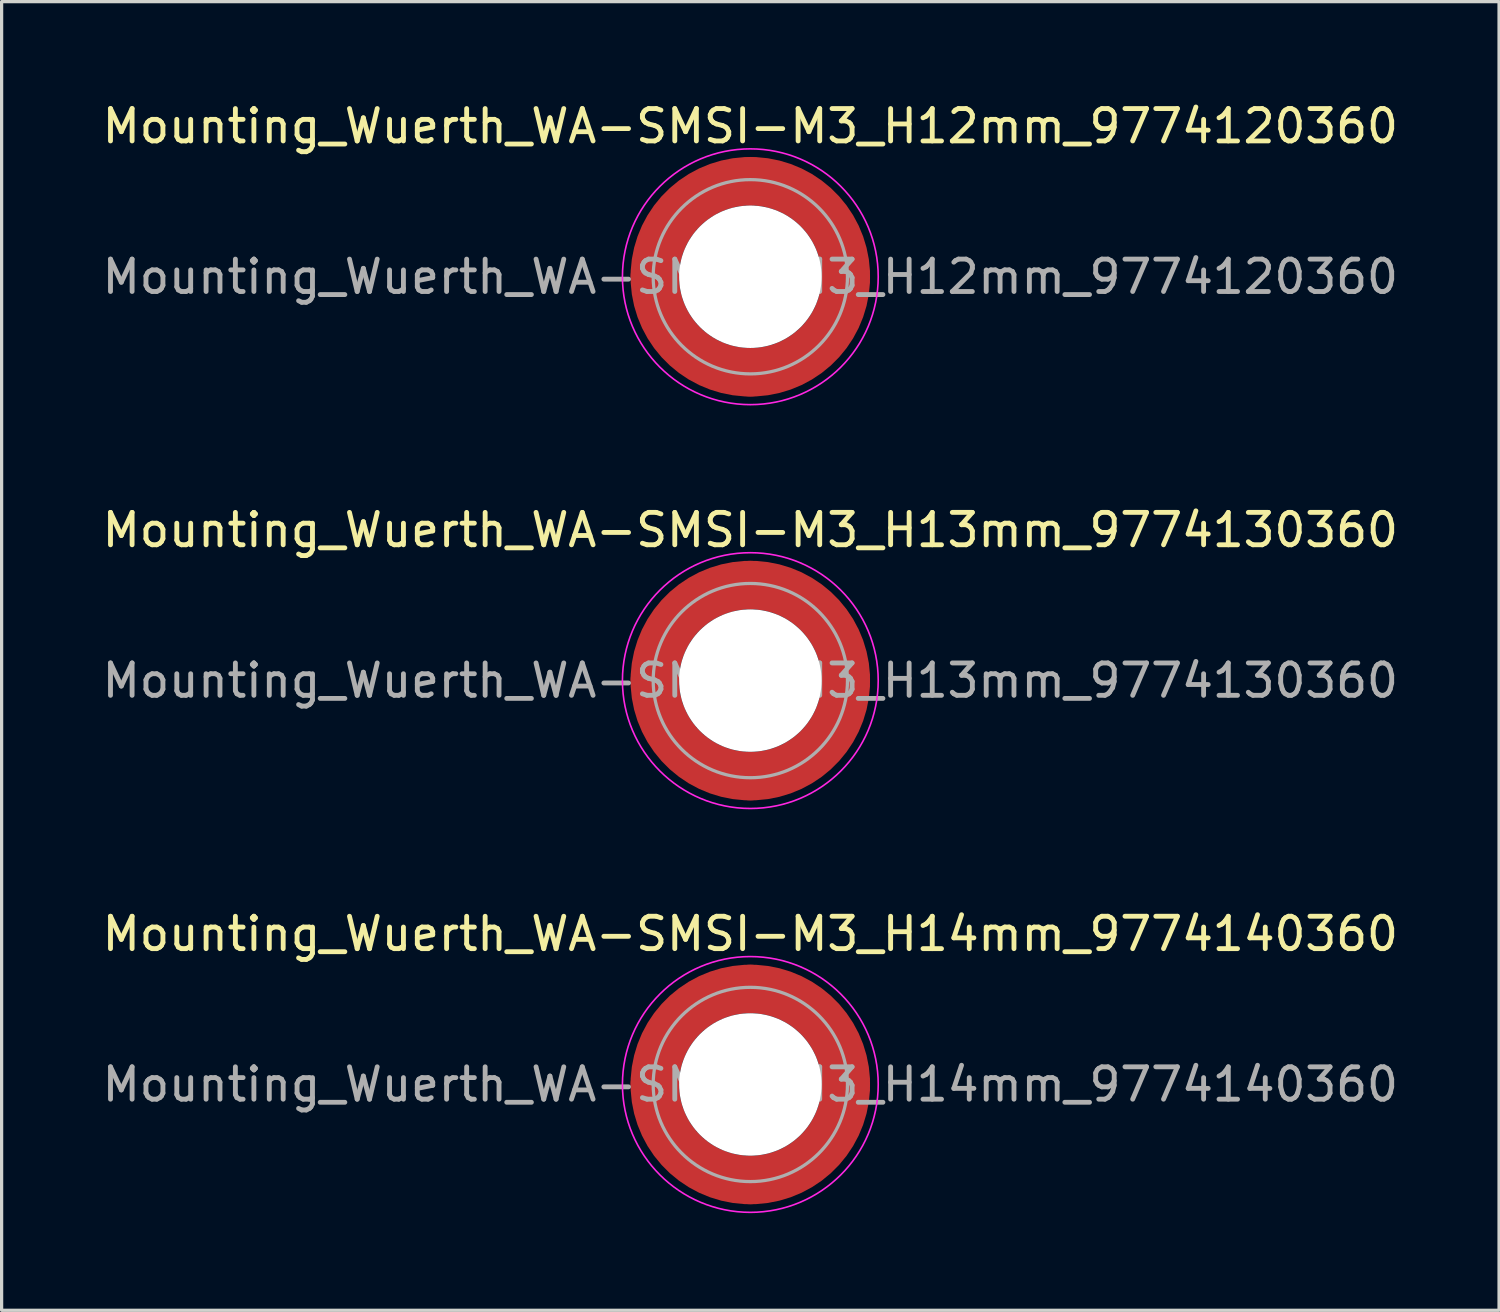
<source format=kicad_pcb>
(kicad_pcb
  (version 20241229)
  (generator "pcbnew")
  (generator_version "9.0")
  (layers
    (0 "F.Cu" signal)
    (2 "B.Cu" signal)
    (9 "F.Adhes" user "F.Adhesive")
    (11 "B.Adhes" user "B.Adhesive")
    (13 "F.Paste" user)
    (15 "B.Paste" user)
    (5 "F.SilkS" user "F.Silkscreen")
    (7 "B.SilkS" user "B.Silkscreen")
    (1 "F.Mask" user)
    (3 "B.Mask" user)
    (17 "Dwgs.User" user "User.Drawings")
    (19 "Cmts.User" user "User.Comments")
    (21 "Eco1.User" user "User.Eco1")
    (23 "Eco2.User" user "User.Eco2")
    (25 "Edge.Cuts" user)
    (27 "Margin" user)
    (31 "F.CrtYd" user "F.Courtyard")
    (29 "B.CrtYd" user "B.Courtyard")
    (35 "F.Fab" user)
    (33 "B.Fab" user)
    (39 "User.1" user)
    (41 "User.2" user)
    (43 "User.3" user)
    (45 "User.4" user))
  (footprint "Mounting_Wuerth_WA-SMSI-M3_H13mm_9774130360"
    (layer "F.Cu")
    (at 20.125 17.971)
    (property "Reference" "Mounting_Wuerth_WA-SMSI-M3_H13mm_9774130360" (at 0 -4.65 0) (layer "F.SilkS") (effects (font (size 1 1) (thickness 0.15))))
    (attr smd)
    (fp_circle (center 0 0) (end 3.95 0) (stroke (width 0.05) (type solid)) (fill no) (layer "F.CrtYd"))
    (fp_circle (center 0 0) (end 3 0) (stroke (width 0.1) (type solid)) (fill no) (layer "F.Fab"))
    (fp_text user "${REFERENCE}" (at 0 0 0) (layer "F.Fab") (effects (font (size 1 1) (thickness 0.15))))
    (pad "" smd custom (at -2.058 -2.058) (size 1.1 1.1) (layers "F.Paste") (options (anchor circle)) (primitives (gr_arc (start -0.377294 1.707681) (mid 0.318198 0.318198) (end 1.707681 -0.377294) (width 0.2)) (gr_arc (start -0.478281 1.707681) (mid 0.247487 0.247487) (end 1.707681 -0.478281) (width 0.2)) (gr_arc (start -0.579192 1.707681) (mid 0.176777 0.176777) (end 1.707681 -0.579192) (width 0.2)) (gr_arc (start -0.680037 1.707681) (mid 0.106066 0.106066) (end 1.707681 -0.680037) (width 0.2)) (gr_arc (start -0.780822 1.707681) (mid 0.035356 0.035356) (end 1.707681 -0.780822) (width 0.2)) (gr_arc (start -0.881554 1.707681) (mid -0.035355 -0.035355) (end 1.707681 -0.881554) (width 0.2)) (gr_arc (start -0.982237 1.707681) (mid -0.106066 -0.106066) (end 1.707681 -0.982237) (width 0.2)) (gr_arc (start -1.082877 1.707681) (mid -0.176777 -0.176777) (end 1.707681 -1.082877) (width 0.2)) (gr_arc (start -1.183476 1.707681) (mid -0.247487 -0.247487) (end 1.707681 -1.183476) (width 0.2)) (gr_arc (start -1.28404 1.707681) (mid -0.318198 -0.318198) (end 1.707681 -1.28404) (width 0.2)) (gr_line (start 1.708 -0.377) (end 1.708 -1.284) (width 0.2)) (gr_line (start -0.377 1.708) (end -1.284 1.708) (width 0.2))))
    (pad "" smd custom (at -2.058 2.058) (size 1.1 1.1) (layers "F.Paste") (options (anchor circle)) (primitives (gr_arc (start 1.707681 0.377294) (mid 0.318198 -0.318198) (end -0.377294 -1.707681) (width 0.2)) (gr_arc (start 1.707681 0.478281) (mid 0.247487 -0.247487) (end -0.478281 -1.707681) (width 0.2)) (gr_arc (start 1.707681 0.579192) (mid 0.176777 -0.176777) (end -0.579192 -1.707681) (width 0.2)) (gr_arc (start 1.707681 0.680037) (mid 0.106066 -0.106066) (end -0.680037 -1.707681) (width 0.2)) (gr_arc (start 1.707681 0.780822) (mid 0.035356 -0.035356) (end -0.780822 -1.707681) (width 0.2)) (gr_arc (start 1.707681 0.881554) (mid -0.035355 0.035355) (end -0.881554 -1.707681) (width 0.2)) (gr_arc (start 1.707681 0.982237) (mid -0.106066 0.106066) (end -0.982237 -1.707681) (width 0.2)) (gr_arc (start 1.707681 1.082877) (mid -0.176777 0.176777) (end -1.082877 -1.707681) (width 0.2)) (gr_arc (start 1.707681 1.183476) (mid -0.247487 0.247487) (end -1.183476 -1.707681) (width 0.2)) (gr_arc (start 1.707681 1.28404) (mid -0.318198 0.318198) (end -1.28404 -1.707681) (width 0.2)) (gr_line (start -0.377 -1.708) (end -1.284 -1.708) (width 0.2)) (gr_line (start 1.708 0.377) (end 1.708 1.284) (width 0.2))))
    (pad "" np_thru_hole circle (at 0 0) (size 4.4 4.4) (drill 4.4) (layers "*.Cu" "*.Mask"))
    (pad "" smd custom (at 2.058 -2.058) (size 1.1 1.1) (layers "F.Paste") (options (anchor circle)) (primitives (gr_arc (start -1.707681 -0.377294) (mid -0.318198 0.318198) (end 0.377294 1.707681) (width 0.2)) (gr_arc (start -1.707681 -0.478281) (mid -0.247487 0.247487) (end 0.478281 1.707681) (width 0.2)) (gr_arc (start -1.707681 -0.579192) (mid -0.176777 0.176777) (end 0.579192 1.707681) (width 0.2)) (gr_arc (start -1.707681 -0.680037) (mid -0.106066 0.106066) (end 0.680037 1.707681) (width 0.2)) (gr_arc (start -1.707681 -0.780822) (mid -0.035356 0.035356) (end 0.780822 1.707681) (width 0.2)) (gr_arc (start -1.707681 -0.881554) (mid 0.035355 -0.035355) (end 0.881554 1.707681) (width 0.2)) (gr_arc (start -1.707681 -0.982237) (mid 0.106066 -0.106066) (end 0.982237 1.707681) (width 0.2)) (gr_arc (start -1.707681 -1.082877) (mid 0.176777 -0.176777) (end 1.082877 1.707681) (width 0.2)) (gr_arc (start -1.707681 -1.183476) (mid 0.247487 -0.247487) (end 1.183476 1.707681) (width 0.2)) (gr_arc (start -1.707681 -1.28404) (mid 0.318198 -0.318198) (end 1.28404 1.707681) (width 0.2)) (gr_line (start 0.377 1.708) (end 1.284 1.708) (width 0.2)) (gr_line (start -1.708 -0.377) (end -1.708 -1.284) (width 0.2))))
    (pad "" smd custom (at 2.058 2.058) (size 1.1 1.1) (layers "F.Paste") (options (anchor circle)) (primitives (gr_arc (start 0.377294 -1.707681) (mid -0.318198 -0.318198) (end -1.707681 0.377294) (width 0.2)) (gr_arc (start 0.478281 -1.707681) (mid -0.247487 -0.247487) (end -1.707681 0.478281) (width 0.2)) (gr_arc (start 0.579192 -1.707681) (mid -0.176777 -0.176777) (end -1.707681 0.579192) (width 0.2)) (gr_arc (start 0.680037 -1.707681) (mid -0.106066 -0.106066) (end -1.707681 0.680037) (width 0.2)) (gr_arc (start 0.780822 -1.707681) (mid -0.035356 -0.035356) (end -1.707681 0.780822) (width 0.2)) (gr_arc (start 0.881554 -1.707681) (mid 0.035355 0.035355) (end -1.707681 0.881554) (width 0.2)) (gr_arc (start 0.982237 -1.707681) (mid 0.106066 0.106066) (end -1.707681 0.982237) (width 0.2)) (gr_arc (start 1.082877 -1.707681) (mid 0.176777 0.176777) (end -1.707681 1.082877) (width 0.2)) (gr_arc (start 1.183476 -1.707681) (mid 0.247487 0.247487) (end -1.707681 1.183476) (width 0.2)) (gr_arc (start 1.28404 -1.707681) (mid 0.318198 0.318198) (end -1.707681 1.28404) (width 0.2)) (gr_line (start -1.708 0.377) (end -1.708 1.284) (width 0.2)) (gr_line (start 0.377 -1.708) (end 1.284 -1.708) (width 0.2))))
    (pad "1" smd circle (at -2.95 0) (size 1.5 1.5) (layers "F.Cu"))
    (pad "1" smd circle (at 0 -2.95) (size 1.5 1.5) (layers "F.Cu"))
    (pad "1" smd circle (at 0 2.95) (size 1.5 1.5) (layers "F.Cu"))
    (pad "1" smd custom (at 2.95 0) (size 1.5 1.5) (layers "F.Cu" "F.Mask") (options (anchor circle)) (primitives (gr_circle (center -2.95 0) (end 0 0) (width 1.5) (fill no)))))
  (footprint "Mounting_Wuerth_WA-SMSI-M3_H12mm_9774120360"
    (layer "F.Cu")
    (at 20.125 5.498)
    (property "Reference" "Mounting_Wuerth_WA-SMSI-M3_H12mm_9774120360" (at 0 -4.65 0) (layer "F.SilkS") (effects (font (size 1 1) (thickness 0.15))))
    (attr smd)
    (fp_circle (center 0 0) (end 3.95 0) (stroke (width 0.05) (type solid)) (fill no) (layer "F.CrtYd"))
    (fp_circle (center 0 0) (end 3 0) (stroke (width 0.1) (type solid)) (fill no) (layer "F.Fab"))
    (fp_text user "${REFERENCE}" (at 0 0 0) (layer "F.Fab") (effects (font (size 1 1) (thickness 0.15))))
    (pad "" smd custom (at -2.058 -2.058) (size 1.1 1.1) (layers "F.Paste") (options (anchor circle)) (primitives (gr_arc (start -0.524489 1.532681) (mid 0.194454 0.194454) (end 1.532681 -0.524489) (width 0.55)) (gr_arc (start -0.804569 1.532681) (mid 0 0) (end 1.532681 -0.804569) (width 0.55)) (gr_arc (start -1.083752 1.532681) (mid -0.194454 -0.194454) (end 1.532681 -1.083752) (width 0.55)) (gr_line (start 1.533 -0.524) (end 1.533 -1.084) (width 0.55)) (gr_line (start -0.524 1.533) (end -1.084 1.533) (width 0.55))))
    (pad "" smd custom (at -2.058 2.058) (size 1.1 1.1) (layers "F.Paste") (options (anchor circle)) (primitives (gr_arc (start 1.532681 0.524489) (mid 0.194454 -0.194454) (end -0.524489 -1.532681) (width 0.55)) (gr_arc (start 1.532681 0.804569) (mid 0 0) (end -0.804569 -1.532681) (width 0.55)) (gr_arc (start 1.532681 1.083752) (mid -0.194454 0.194454) (end -1.083752 -1.532681) (width 0.55)) (gr_line (start -0.524 -1.533) (end -1.084 -1.533) (width 0.55)) (gr_line (start 1.533 0.524) (end 1.533 1.084) (width 0.55))))
    (pad "" np_thru_hole circle (at 0 0) (size 4.4 4.4) (drill 4.4) (layers "*.Cu" "*.Mask"))
    (pad "" smd custom (at 2.058 -2.058) (size 1.1 1.1) (layers "F.Paste") (options (anchor circle)) (primitives (gr_arc (start -1.532681 -0.524489) (mid -0.194454 0.194454) (end 0.524489 1.532681) (width 0.55)) (gr_arc (start -1.532681 -0.804569) (mid 0 0) (end 0.804569 1.532681) (width 0.55)) (gr_arc (start -1.532681 -1.083752) (mid 0.194454 -0.194454) (end 1.083752 1.532681) (width 0.55)) (gr_line (start 0.524 1.533) (end 1.084 1.533) (width 0.55)) (gr_line (start -1.533 -0.524) (end -1.533 -1.084) (width 0.55))))
    (pad "" smd custom (at 2.058 2.058) (size 1.1 1.1) (layers "F.Paste") (options (anchor circle)) (primitives (gr_arc (start 0.524489 -1.532681) (mid -0.194454 -0.194454) (end -1.532681 0.524489) (width 0.55)) (gr_arc (start 0.804569 -1.532681) (mid 0 0) (end -1.532681 0.804569) (width 0.55)) (gr_arc (start 1.083752 -1.532681) (mid 0.194454 0.194454) (end -1.532681 1.083752) (width 0.55)) (gr_line (start -1.533 0.524) (end -1.533 1.084) (width 0.55)) (gr_line (start 0.524 -1.533) (end 1.084 -1.533) (width 0.55))))
    (pad "1" smd circle (at -2.95 0) (size 1.5 1.5) (layers "F.Cu"))
    (pad "1" smd circle (at 0 -2.95) (size 1.5 1.5) (layers "F.Cu"))
    (pad "1" smd circle (at 0 2.95) (size 1.5 1.5) (layers "F.Cu"))
    (pad "1" smd custom (at 2.95 0) (size 1.5 1.5) (layers "F.Cu" "F.Mask") (options (anchor circle)) (primitives (gr_circle (center -2.95 0) (end 0 0) (width 1.5) (fill no)))))
  (footprint "Mounting_Wuerth_WA-SMSI-M3_H14mm_9774140360"
    (layer "F.Cu")
    (at 20.125 30.445)
    (property "Reference" "Mounting_Wuerth_WA-SMSI-M3_H14mm_9774140360" (at 0 -4.65 0) (layer "F.SilkS") (effects (font (size 1 1) (thickness 0.15))))
    (attr smd)
    (fp_circle (center 0 0) (end 3.95 0) (stroke (width 0.05) (type solid)) (fill no) (layer "F.CrtYd"))
    (fp_circle (center 0 0) (end 3 0) (stroke (width 0.1) (type solid)) (fill no) (layer "F.Fab"))
    (fp_text user "${REFERENCE}" (at 0 0 0) (layer "F.Fab") (effects (font (size 1 1) (thickness 0.15))))
    (pad "" smd custom (at -2.058 -2.058) (size 0.55 0.55) (layers "F.Paste") (options (anchor circle)) (primitives (gr_arc (start -0.377294 1.707681) (mid 0.318198 0.318198) (end 1.707681 -0.377294) (width 0.2)) (gr_arc (start -0.478281 1.707681) (mid 0.247487 0.247487) (end 1.707681 -0.478281) (width 0.2)) (gr_arc (start -0.579192 1.707681) (mid 0.176777 0.176777) (end 1.707681 -0.579192) (width 0.2)) (gr_arc (start -0.680037 1.707681) (mid 0.106066 0.106066) (end 1.707681 -0.680037) (width 0.2)) (gr_arc (start -0.780822 1.707681) (mid 0.035356 0.035356) (end 1.707681 -0.780822) (width 0.2)) (gr_arc (start -0.881554 1.707681) (mid -0.035355 -0.035355) (end 1.707681 -0.881554) (width 0.2)) (gr_arc (start -0.982237 1.707681) (mid -0.106066 -0.106066) (end 1.707681 -0.982237) (width 0.2)) (gr_arc (start -1.082877 1.707681) (mid -0.176777 -0.176777) (end 1.707681 -1.082877) (width 0.2)) (gr_arc (start -1.183476 1.707681) (mid -0.247487 -0.247487) (end 1.707681 -1.183476) (width 0.2)) (gr_arc (start -1.28404 1.707681) (mid -0.318198 -0.318198) (end 1.707681 -1.28404) (width 0.2)) (gr_line (start 1.708 -0.377) (end 1.708 -1.284) (width 0.2)) (gr_line (start -0.377 1.708) (end -1.284 1.708) (width 0.2))))
    (pad "" smd custom (at -2.058 2.058) (size 0.55 0.55) (layers "F.Paste") (options (anchor circle)) (primitives (gr_arc (start 1.707681 0.377294) (mid 0.318198 -0.318198) (end -0.377294 -1.707681) (width 0.2)) (gr_arc (start 1.707681 0.478281) (mid 0.247487 -0.247487) (end -0.478281 -1.707681) (width 0.2)) (gr_arc (start 1.707681 0.579192) (mid 0.176777 -0.176777) (end -0.579192 -1.707681) (width 0.2)) (gr_arc (start 1.707681 0.680037) (mid 0.106066 -0.106066) (end -0.680037 -1.707681) (width 0.2)) (gr_arc (start 1.707681 0.780822) (mid 0.035356 -0.035356) (end -0.780822 -1.707681) (width 0.2)) (gr_arc (start 1.707681 0.881554) (mid -0.035355 0.035355) (end -0.881554 -1.707681) (width 0.2)) (gr_arc (start 1.707681 0.982237) (mid -0.106066 0.106066) (end -0.982237 -1.707681) (width 0.2)) (gr_arc (start 1.707681 1.082877) (mid -0.176777 0.176777) (end -1.082877 -1.707681) (width 0.2)) (gr_arc (start 1.707681 1.183476) (mid -0.247487 0.247487) (end -1.183476 -1.707681) (width 0.2)) (gr_arc (start 1.707681 1.28404) (mid -0.318198 0.318198) (end -1.28404 -1.707681) (width 0.2)) (gr_line (start -0.377 -1.708) (end -1.284 -1.708) (width 0.2)) (gr_line (start 1.708 0.377) (end 1.708 1.284) (width 0.2))))
    (pad "" np_thru_hole circle (at 0 0) (size 4.4 4.4) (drill 4.4) (layers "*.Cu" "*.Mask"))
    (pad "" smd custom (at 2.058 -2.058) (size 0.55 0.55) (layers "F.Paste") (options (anchor circle)) (primitives (gr_arc (start -1.707681 -0.377294) (mid -0.318198 0.318198) (end 0.377294 1.707681) (width 0.2)) (gr_arc (start -1.707681 -0.478281) (mid -0.247487 0.247487) (end 0.478281 1.707681) (width 0.2)) (gr_arc (start -1.707681 -0.579192) (mid -0.176777 0.176777) (end 0.579192 1.707681) (width 0.2)) (gr_arc (start -1.707681 -0.680037) (mid -0.106066 0.106066) (end 0.680037 1.707681) (width 0.2)) (gr_arc (start -1.707681 -0.780822) (mid -0.035356 0.035356) (end 0.780822 1.707681) (width 0.2)) (gr_arc (start -1.707681 -0.881554) (mid 0.035355 -0.035355) (end 0.881554 1.707681) (width 0.2)) (gr_arc (start -1.707681 -0.982237) (mid 0.106066 -0.106066) (end 0.982237 1.707681) (width 0.2)) (gr_arc (start -1.707681 -1.082877) (mid 0.176777 -0.176777) (end 1.082877 1.707681) (width 0.2)) (gr_arc (start -1.707681 -1.183476) (mid 0.247487 -0.247487) (end 1.183476 1.707681) (width 0.2)) (gr_arc (start -1.707681 -1.28404) (mid 0.318198 -0.318198) (end 1.28404 1.707681) (width 0.2)) (gr_line (start 0.377 1.708) (end 1.284 1.708) (width 0.2)) (gr_line (start -1.708 -0.377) (end -1.708 -1.284) (width 0.2))))
    (pad "" smd custom (at 2.058 2.058) (size 0.55 0.55) (layers "F.Paste") (options (anchor circle)) (primitives (gr_arc (start 0.377294 -1.707681) (mid -0.318198 -0.318198) (end -1.707681 0.377294) (width 0.2)) (gr_arc (start 0.478281 -1.707681) (mid -0.247487 -0.247487) (end -1.707681 0.478281) (width 0.2)) (gr_arc (start 0.579192 -1.707681) (mid -0.176777 -0.176777) (end -1.707681 0.579192) (width 0.2)) (gr_arc (start 0.680037 -1.707681) (mid -0.106066 -0.106066) (end -1.707681 0.680037) (width 0.2)) (gr_arc (start 0.780822 -1.707681) (mid -0.035356 -0.035356) (end -1.707681 0.780822) (width 0.2)) (gr_arc (start 0.881554 -1.707681) (mid 0.035355 0.035355) (end -1.707681 0.881554) (width 0.2)) (gr_arc (start 0.982237 -1.707681) (mid 0.106066 0.106066) (end -1.707681 0.982237) (width 0.2)) (gr_arc (start 1.082877 -1.707681) (mid 0.176777 0.176777) (end -1.707681 1.082877) (width 0.2)) (gr_arc (start 1.183476 -1.707681) (mid 0.247487 0.247487) (end -1.707681 1.183476) (width 0.2)) (gr_arc (start 1.28404 -1.707681) (mid 0.318198 0.318198) (end -1.707681 1.28404) (width 0.2)) (gr_line (start -1.708 0.377) (end -1.708 1.284) (width 0.2)) (gr_line (start 0.377 -1.708) (end 1.284 -1.708) (width 0.2))))
    (pad "1" smd circle (at -2.95 0) (size 1.5 1.5) (layers "F.Cu"))
    (pad "1" smd circle (at 0 -2.95) (size 1.5 1.5) (layers "F.Cu"))
    (pad "1" smd circle (at 0 2.95) (size 1.5 1.5) (layers "F.Cu"))
    (pad "1" smd custom (at 2.95 0) (size 1.5 1.5) (layers "F.Cu" "F.Mask") (options (anchor circle)) (primitives (gr_circle (center -2.95 0) (end 0 0) (width 1.5) (fill no)))))
  (gr_rect
    (start -3 -3)
    (end 43.25 37.42)
    (stroke (width 0.1) (type default))
    (fill no)
    (layer "Edge.Cuts")))
</source>
